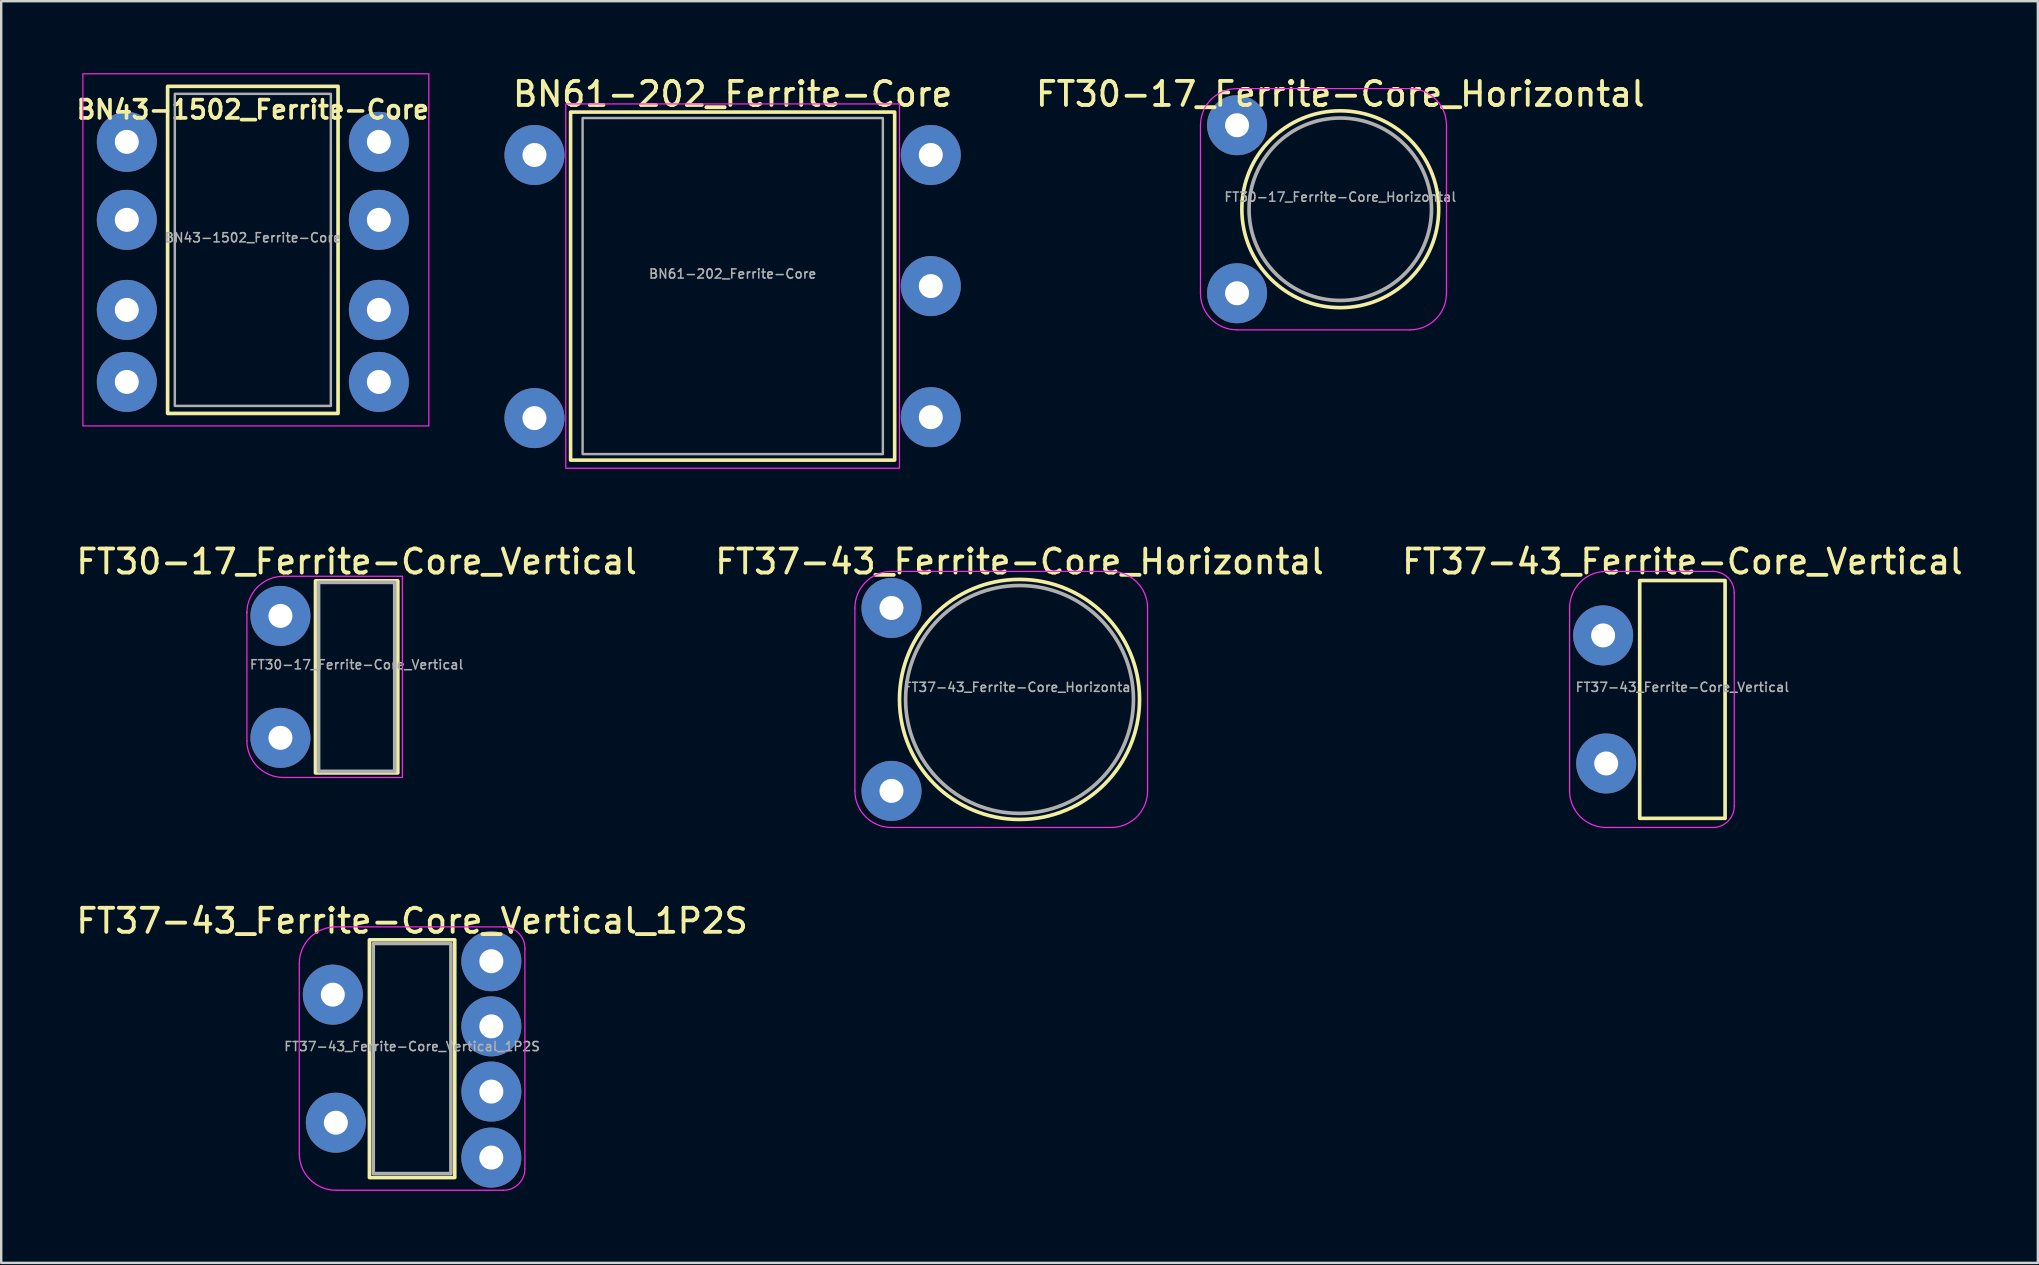
<source format=kicad_pcb>
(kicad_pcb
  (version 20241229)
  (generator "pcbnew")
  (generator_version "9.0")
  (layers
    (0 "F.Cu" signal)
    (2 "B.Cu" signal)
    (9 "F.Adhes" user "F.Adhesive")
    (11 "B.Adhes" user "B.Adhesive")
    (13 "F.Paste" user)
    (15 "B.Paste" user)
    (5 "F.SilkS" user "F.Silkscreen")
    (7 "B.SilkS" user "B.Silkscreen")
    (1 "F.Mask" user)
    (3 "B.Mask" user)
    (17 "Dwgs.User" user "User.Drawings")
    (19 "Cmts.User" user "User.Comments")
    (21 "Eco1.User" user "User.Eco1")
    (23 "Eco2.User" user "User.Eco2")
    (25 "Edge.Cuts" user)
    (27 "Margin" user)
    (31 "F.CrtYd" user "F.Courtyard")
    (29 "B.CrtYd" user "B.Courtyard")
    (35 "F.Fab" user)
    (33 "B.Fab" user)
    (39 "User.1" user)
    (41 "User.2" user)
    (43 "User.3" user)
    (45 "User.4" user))
  (footprint "FT37-43_Ferrite-Core_Vertical"
    (layer "F.Cu")
    (at 67.033 26.086)
    (property "Reference" "FT37-43_Ferrite-Core_Vertical" (at 0 -5.74 0) (unlocked yes) (layer "F.SilkS") (effects (font (size 1 1) (thickness 0.16))))
    (attr smd)
    (fp_rect (start -1.778 -4.953) (end 1.778 4.953) (stroke (width 0.152) (type default)) (fill no) (layer "F.SilkS"))
    (fp_line (start -4.699 3.81) (end -4.699 -3.81) (stroke (width 0.05) (type default)) (layer "F.CrtYd"))
    (fp_line (start -3.175 5.334) (end 1.27 5.334) (stroke (width 0.05) (type default)) (layer "F.CrtYd"))
    (fp_line (start 1.27 -5.334) (end -3.175 -5.334) (stroke (width 0.05) (type default)) (layer "F.CrtYd"))
    (fp_line (start 2.159 4.445) (end 2.159 -4.445) (stroke (width 0.05) (type default)) (layer "F.CrtYd"))
    (fp_arc (start -4.699 -3.81) (mid -4.252631 -4.887631) (end -3.175 -5.334) (stroke (width 0.05) (type default)) (layer "F.CrtYd"))
    (fp_arc (start -3.175 5.334) (mid -4.252631 4.887631) (end -4.699 3.81) (stroke (width 0.05) (type default)) (layer "F.CrtYd"))
    (fp_arc (start 1.27 -5.334) (mid 1.898618 -5.073618) (end 2.159 -4.445) (stroke (width 0.05) (type default)) (layer "F.CrtYd"))
    (fp_arc (start 2.159 4.445) (mid 1.898618 5.073618) (end 1.27 5.334) (stroke (width 0.05) (type default)) (layer "F.CrtYd"))
    (fp_text user "${REFERENCE}" (at 0 -0.508 0) (unlocked yes) (layer "F.Fab") (effects (font (size 0.381 0.381) (thickness 0.064))))
    (pad "1" thru_hole circle (at -3.302 -2.667) (size 2.5 2.5) (drill 1) (layers "*.Cu" "*.Mask"))
    (pad "2" thru_hole circle (at -3.175 2.667) (size 2.5 2.5) (drill 1) (layers "*.Cu" "*.Mask")))
  (footprint "FT30-17_Ferrite-Core_Horizontal"
    (layer "F.Cu")
    (at 52.781 5.666)
    (property "Reference" "FT30-17_Ferrite-Core_Horizontal" (at 0 -4.8 0) (unlocked yes) (layer "F.SilkS") (effects (font (size 1 1) (thickness 0.16))))
    (attr smd)
    (fp_circle (center 0 0) (end 4.1 0) (stroke (width 0.15) (type default)) (fill no) (layer "F.SilkS"))
    (fp_line (start -5.824 3.5) (end -5.824 -3.5) (stroke (width 0.05) (type default)) (layer "F.CrtYd"))
    (fp_line (start 2.9 -5.024) (end -4.3 -5.024) (stroke (width 0.05) (type default)) (layer "F.CrtYd"))
    (fp_line (start 2.9 5.024) (end -4.3 5.024) (stroke (width 0.05) (type default)) (layer "F.CrtYd"))
    (fp_line (start 4.424 3.5) (end 4.424 -3.5) (stroke (width 0.05) (type default)) (layer "F.CrtYd"))
    (fp_arc (start -5.823999 -3.499999) (mid -5.37763 -4.57763) (end -4.299999 -5.023999) (stroke (width 0.05) (type default)) (layer "F.CrtYd"))
    (fp_arc (start -4.3 5.023999) (mid -5.377631 4.57763) (end -5.824 3.499999) (stroke (width 0.05) (type default)) (layer "F.CrtYd"))
    (fp_arc (start 2.899999 -5.023999) (mid 3.97763 -4.57763) (end 4.423999 -3.499999) (stroke (width 0.05) (type default)) (layer "F.CrtYd"))
    (fp_arc (start 4.424 3.499999) (mid 3.977631 4.57763) (end 2.9 5.023999) (stroke (width 0.05) (type default)) (layer "F.CrtYd"))
    (fp_circle (center 0 0) (end 3.8 0) (stroke (width 0.152) (type default)) (fill no) (layer "F.Fab"))
    (fp_text user "${REFERENCE}" (at 0 -0.508 0) (unlocked yes) (layer "F.Fab") (effects (font (size 0.381 0.381) (thickness 0.064))))
    (pad "1" thru_hole circle (at -4.3 -3.5) (size 2.5 2.5) (drill 1) (layers "*.Cu" "*.Mask"))
    (pad "2" thru_hole circle (at -4.3 3.5) (size 2.5 2.5) (drill 1) (layers "*.Cu" "*.Mask")))
  (footprint "FT37-43_Ferrite-Core_Vertical_1P2S"
    (layer "F.Cu")
    (at 14.116 41.051)
    (property "Reference" "FT37-43_Ferrite-Core_Vertical_1P2S" (at 0 -5.74 0) (unlocked yes) (layer "F.SilkS") (effects (font (size 1 1) (thickness 0.16))))
    (attr smd)
    (fp_rect (start -1.778 -4.953) (end 1.778 4.953) (stroke (width 0.15) (type default)) (fill no) (layer "F.SilkS"))
    (fp_line (start -4.699 3.956) (end -4.699 -3.966) (stroke (width 0.05) (type default)) (layer "F.CrtYd"))
    (fp_line (start -3.175 5.48) (end 3.81 5.48) (stroke (width 0.05) (type default)) (layer "F.CrtYd"))
    (fp_line (start 3.81 -5.49) (end -3.175 -5.49) (stroke (width 0.05) (type default)) (layer "F.CrtYd"))
    (fp_line (start 4.699 4.591) (end 4.699 -4.601) (stroke (width 0.05) (type default)) (layer "F.CrtYd"))
    (fp_arc (start -4.699 -3.966) (mid -4.252631 -5.043631) (end -3.175 -5.49) (stroke (width 0.05) (type default)) (layer "F.CrtYd"))
    (fp_arc (start -3.175 5.48) (mid -4.252631 5.033631) (end -4.699 3.956) (stroke (width 0.05) (type default)) (layer "F.CrtYd"))
    (fp_arc (start 3.81 -5.49) (mid 4.438618 -5.229618) (end 4.699 -4.601) (stroke (width 0.05) (type default)) (layer "F.CrtYd"))
    (fp_arc (start 4.699 4.591) (mid 4.438618 5.219618) (end 3.81 5.48) (stroke (width 0.05) (type default)) (layer "F.CrtYd"))
    (fp_rect (start -1.618 -4.8) (end 1.618 4.786) (stroke (width 0.15) (type default)) (fill no) (layer "F.Fab"))
    (fp_text user "${REFERENCE}" (at 0 -0.508 0) (unlocked yes) (layer "F.Fab") (effects (font (size 0.381 0.381) (thickness 0.064))))
    (pad "A1" thru_hole circle (at -3.302 -2.667) (size 2.5 2.5) (drill 1) (layers "*.Cu" "*.Mask"))
    (pad "A2" thru_hole circle (at -3.175 2.667) (size 2.5 2.5) (drill 1) (layers "*.Cu" "*.Mask"))
    (pad "B1" thru_hole circle (at 3.302 -4.06) (size 2.5 2.5) (drill 1) (layers "*.Cu" "*.Mask"))
    (pad "B2" thru_hole circle (at 3.302 -1.346) (size 2.5 2.5) (drill 1) (layers "*.Cu" "*.Mask"))
    (pad "C1" thru_hole circle (at 3.302 1.37) (size 2.5 2.5) (drill 1) (layers "*.Cu" "*.Mask"))
    (pad "C2" thru_hole circle (at 3.3 4.12) (size 2.5 2.5) (drill 1) (layers "*.Cu" "*.Mask")))
  (footprint "FT37-43_Ferrite-Core_Horizontal"
    (layer "F.Cu")
    (at 39.42 26.086)
    (property "Reference" "FT37-43_Ferrite-Core_Horizontal" (at 0 -5.74 0) (unlocked yes) (layer "F.SilkS") (effects (font (size 1 1) (thickness 0.16))))
    (attr smd)
    (fp_circle (center 0 0) (end 5 0) (stroke (width 0.152) (type default)) (fill no) (layer "F.SilkS"))
    (fp_line (start -6.858 3.81) (end -6.858 -3.81) (stroke (width 0.05) (type default)) (layer "F.CrtYd"))
    (fp_line (start -5.334 5.334) (end 3.81 5.334) (stroke (width 0.05) (type default)) (layer "F.CrtYd"))
    (fp_line (start 3.81 -5.334) (end -5.334 -5.334) (stroke (width 0.05) (type default)) (layer "F.CrtYd"))
    (fp_line (start 5.334 3.81) (end 5.334 -3.81) (stroke (width 0.05) (type default)) (layer "F.CrtYd"))
    (fp_arc (start -6.858 -3.81) (mid -6.411631 -4.887631) (end -5.334 -5.334) (stroke (width 0.05) (type default)) (layer "F.CrtYd"))
    (fp_arc (start -5.334 5.334) (mid -6.411631 4.887631) (end -6.858 3.81) (stroke (width 0.05) (type default)) (layer "F.CrtYd"))
    (fp_arc (start 3.809999 -5.333999) (mid 4.88763 -4.88763) (end 5.333999 -3.809999) (stroke (width 0.05) (type default)) (layer "F.CrtYd"))
    (fp_arc (start 5.333999 3.809999) (mid 4.88763 4.88763) (end 3.809999 5.333999) (stroke (width 0.05) (type default)) (layer "F.CrtYd"))
    (fp_circle (center 0 0) (end 4.746 0) (stroke (width 0.152) (type default)) (fill no) (layer "F.Fab"))
    (fp_text user "${REFERENCE}" (at 0 -0.508 0) (unlocked yes) (layer "F.Fab") (effects (font (size 0.381 0.381) (thickness 0.064))))
    (pad "1" thru_hole circle (at -5.334 -3.81) (size 2.5 2.5) (drill 1) (layers "*.Cu" "*.Mask"))
    (pad "2" thru_hole circle (at -5.334 3.81) (size 2.5 2.5) (drill 1) (layers "*.Cu" "*.Mask")))
  (footprint "FT30-17_Ferrite-Core_Vertical"
    (layer "F.Cu")
    (at 11.807 25.146)
    (property "Reference" "FT30-17_Ferrite-Core_Vertical" (at 0 -4.8 0) (unlocked yes) (layer "F.SilkS") (effects (font (size 1 1) (thickness 0.16))))
    (attr smd)
    (fp_rect (start -1.714 -4) (end 1.714 4) (stroke (width 0.152) (type default)) (fill no) (layer "F.SilkS"))
    (fp_line (start -4.572 2.667) (end -4.572 -2.703) (stroke (width 0.05) (type default)) (layer "F.CrtYd"))
    (fp_line (start 1.905 -4.191) (end -3.048 -4.191) (stroke (width 0.05) (type default)) (layer "F.CrtYd"))
    (fp_line (start 1.905 4.191) (end -3.048 4.191) (stroke (width 0.05) (type default)) (layer "F.CrtYd"))
    (fp_line (start 1.905 4.191) (end 1.905 -4.191) (stroke (width 0.05) (type default)) (layer "F.CrtYd"))
    (fp_arc (start -4.572 -2.667) (mid -4.125631 -3.744631) (end -3.048 -4.191) (stroke (width 0.05) (type default)) (layer "F.CrtYd"))
    (fp_arc (start -3.048 4.191) (mid -4.125631 3.744631) (end -4.572 2.667) (stroke (width 0.05) (type default)) (layer "F.CrtYd"))
    (fp_rect (start -1.587 -3.937) (end 1.587 3.937) (stroke (width 0.152) (type default)) (fill no) (layer "F.Fab"))
    (fp_text user "${REFERENCE}" (at 0 -0.508 0) (unlocked yes) (layer "F.Fab") (effects (font (size 0.381 0.381) (thickness 0.064))))
    (pad "1" thru_hole circle (at -3.175 -2.54) (size 2.5 2.5) (drill 1) (layers "*.Cu" "*.Mask"))
    (pad "2" thru_hole circle (at -3.175 2.54) (size 2.5 2.5) (drill 1) (layers "*.Cu" "*.Mask")))
  (footprint "BN43-1502_Ferrite-Core"
    (layer "F.Cu")
    (at 7.482 7.359)
    (property "Reference" "BN43-1502_Ferrite-Core" (at 0 -5.842 0) (unlocked yes) (layer "F.SilkS") (effects (font (size 0.762 0.762) (thickness 0.152))))
    (attr smd)
    (fp_rect (start -3.55 -6.813) (end 3.55 6.813) (stroke (width 0.152) (type default)) (fill no) (layer "F.SilkS"))
    (fp_rect (start -7.08 -7.334) (end 7.33 7.334) (stroke (width 0.05) (type default)) (fill no) (layer "F.CrtYd"))
    (fp_rect (start -3.25 -6.5) (end 3.25 6.5) (stroke (width 0.102) (type default)) (fill no) (layer "F.Fab"))
    (fp_text user "${REFERENCE}" (at 0 -0.508 0) (unlocked yes) (layer "F.Fab") (effects (font (size 0.381 0.381) (thickness 0.064))))
    (pad "1" thru_hole circle (at -5.25 -4.5) (size 2.5 2.5) (drill 1) (layers "*.Cu" "*.Mask"))
    (pad "2" thru_hole circle (at 5.25 -4.5) (size 2.5 2.5) (drill 1) (layers "*.Cu" "*.Mask"))
    (pad "3" thru_hole circle (at -5.25 -1.25) (size 2.5 2.5) (drill 1) (layers "*.Cu" "*.Mask"))
    (pad "4" thru_hole circle (at 5.25 -1.25) (size 2.5 2.5) (drill 1) (layers "*.Cu" "*.Mask"))
    (pad "5" thru_hole circle (at -5.25 2.5) (size 2.5 2.5) (drill 1) (layers "*.Cu" "*.Mask"))
    (pad "6" thru_hole circle (at 5.25 2.5) (size 2.5 2.5) (drill 1) (layers "*.Cu" "*.Mask"))
    (pad "7" thru_hole circle (at -5.25 5.5) (size 2.5 2.5) (drill 1) (layers "*.Cu" "*.Mask"))
    (pad "8" thru_hole circle (at 5.25 5.5) (size 2.5 2.5) (drill 1) (layers "*.Cu" "*.Mask")))
  (footprint "BN61-202_Ferrite-Core"
    (layer "F.Cu")
    (at 27.469 8.867)
    (property "Reference" "BN61-202_Ferrite-Core" (at 0 -8.001 0) (unlocked yes) (layer "F.SilkS") (effects (font (size 1 1) (thickness 0.16))))
    (attr smd)
    (fp_rect (start -6.75 -7.25) (end 6.75 7.25) (stroke (width 0.15) (type default)) (fill no) (layer "F.SilkS"))
    (fp_rect (start -6.951 -7.588) (end 6.951 7.588) (stroke (width 0.05) (type default)) (fill no) (layer "F.CrtYd"))
    (fp_rect (start -6.25 -7) (end 6.258 7) (stroke (width 0.102) (type default)) (fill no) (layer "F.Fab"))
    (fp_text user "${REFERENCE}" (at 0 -0.508 0) (unlocked yes) (layer "F.Fab") (effects (font (size 0.381 0.381) (thickness 0.064))))
    (pad "1" thru_hole circle (at 8.255 5.461) (size 2.5 2.5) (drill 1) (layers "*.Cu" "*.Mask"))
    (pad "2" thru_hole circle (at 8.255 0) (size 2.5 2.5) (drill 1) (layers "*.Cu" "*.Mask"))
    (pad "3" thru_hole circle (at 8.255 -5.461) (size 2.5 2.5) (drill 1) (layers "*.Cu" "*.Mask"))
    (pad "4" thru_hole circle (at -8.255 -5.461) (size 2.5 2.5) (drill 1) (layers "*.Cu" "*.Mask"))
    (pad "5" thru_hole circle (at -8.255 5.5) (size 2.5 2.5) (drill 1) (layers "*.Cu" "*.Mask")))
  (gr_rect
    (start -3 -3)
    (end 81.84 49.556)
    (stroke (width 0.1) (type default))
    (fill no)
    (layer "Edge.Cuts")))
</source>
